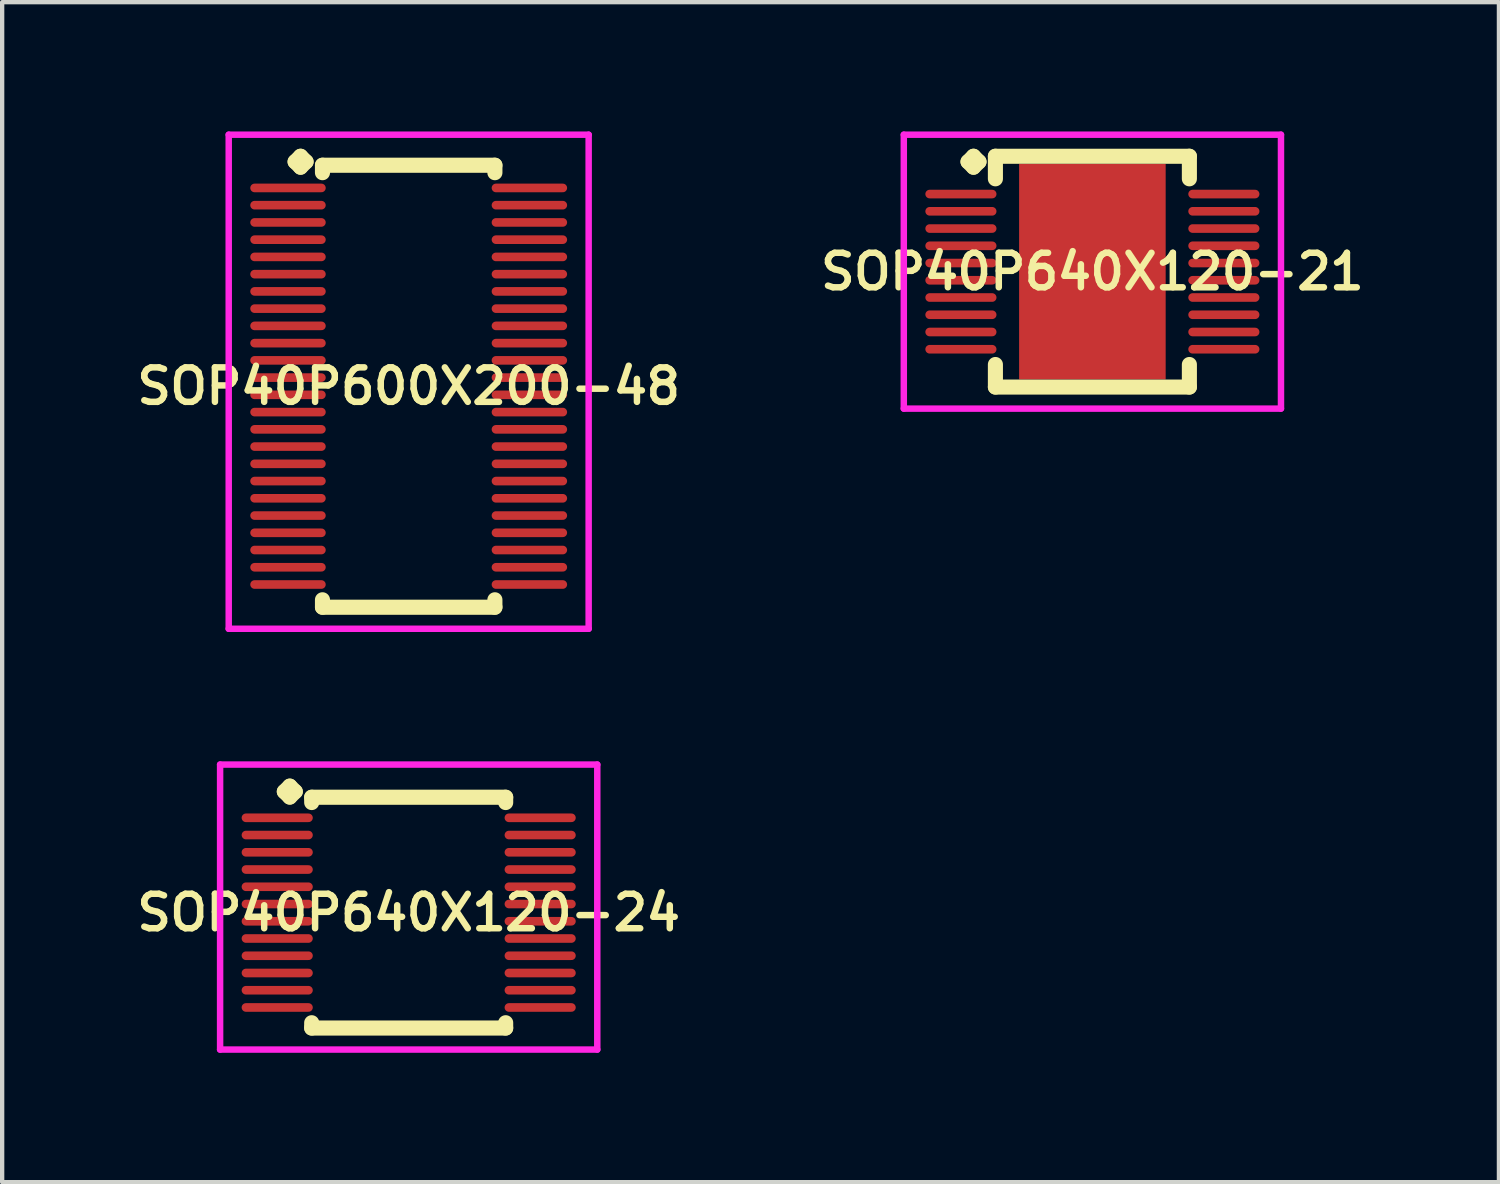
<source format=kicad_pcb>
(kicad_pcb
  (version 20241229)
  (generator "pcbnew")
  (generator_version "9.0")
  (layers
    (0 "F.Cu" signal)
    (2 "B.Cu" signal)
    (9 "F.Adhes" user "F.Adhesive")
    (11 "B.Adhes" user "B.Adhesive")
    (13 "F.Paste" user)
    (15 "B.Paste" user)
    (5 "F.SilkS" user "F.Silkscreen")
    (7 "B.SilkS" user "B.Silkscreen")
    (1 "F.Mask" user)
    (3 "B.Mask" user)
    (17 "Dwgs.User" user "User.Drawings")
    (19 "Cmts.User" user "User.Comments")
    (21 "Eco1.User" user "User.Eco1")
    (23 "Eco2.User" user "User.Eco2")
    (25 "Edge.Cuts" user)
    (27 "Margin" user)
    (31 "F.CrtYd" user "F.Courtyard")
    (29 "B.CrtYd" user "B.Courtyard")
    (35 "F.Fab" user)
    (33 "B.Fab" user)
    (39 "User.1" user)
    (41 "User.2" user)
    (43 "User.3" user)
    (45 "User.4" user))
  (footprint "SOP40P640X120-21"
    (layer "F.Cu")
    (at 22.292 3.252)
    (property "Reference" "SOP40P640X120-21" (at 0 0 0) (layer "F.SilkS") (effects (font (size 0.8 0.8) (thickness 0.15))))
    (attr smd)
    (fp_line (start -2.885 -2.55) (end -2.758 -2.677) (stroke (width 0.35) (type solid)) (layer "F.SilkS"))
    (fp_line (start -2.758 -2.677) (end -2.631 -2.55) (stroke (width 0.35) (type solid)) (layer "F.SilkS"))
    (fp_line (start -2.758 -2.423) (end -2.885 -2.55) (stroke (width 0.35) (type solid)) (layer "F.SilkS"))
    (fp_line (start -2.631 -2.55) (end -2.758 -2.423) (stroke (width 0.35) (type solid)) (layer "F.SilkS"))
    (fp_line (start -2.25 -2.677) (end 2.25 -2.677) (stroke (width 0.35) (type solid)) (layer "F.SilkS"))
    (fp_line (start -2.25 -2.154) (end -2.25 -2.677) (stroke (width 0.35) (type solid)) (layer "F.SilkS"))
    (fp_line (start -2.25 2.154) (end -2.25 2.677) (stroke (width 0.35) (type solid)) (layer "F.SilkS"))
    (fp_line (start -2.25 2.677) (end 2.25 2.677) (stroke (width 0.35) (type solid)) (layer "F.SilkS"))
    (fp_line (start 2.25 -2.677) (end 2.25 -2.154) (stroke (width 0.35) (type solid)) (layer "F.SilkS"))
    (fp_line (start 2.25 2.677) (end 2.25 2.154) (stroke (width 0.35) (type solid)) (layer "F.SilkS"))
    (fp_line (start -4.375 -3.177) (end 4.375 -3.177) (stroke (width 0.15) (type solid)) (layer "F.CrtYd"))
    (fp_line (start -4.375 3.177) (end -4.375 -3.177) (stroke (width 0.15) (type solid)) (layer "F.CrtYd"))
    (fp_line (start 4.375 -3.177) (end 4.375 3.177) (stroke (width 0.15) (type solid)) (layer "F.CrtYd"))
    (fp_line (start 4.375 3.177) (end -4.375 3.177) (stroke (width 0.15) (type solid)) (layer "F.CrtYd"))
    (pad "1" smd oval (at -3.05 -1.8) (size 1.65 0.2) (layers "F.Cu" "F.Mask" "F.Paste"))
    (pad "2" smd oval (at -3.05 -1.4) (size 1.65 0.2) (layers "F.Cu" "F.Mask" "F.Paste"))
    (pad "3" smd oval (at -3.05 -1) (size 1.65 0.2) (layers "F.Cu" "F.Mask" "F.Paste"))
    (pad "4" smd oval (at -3.05 -0.6) (size 1.65 0.2) (layers "F.Cu" "F.Mask" "F.Paste"))
    (pad "5" smd oval (at -3.05 -0.2) (size 1.65 0.2) (layers "F.Cu" "F.Mask" "F.Paste"))
    (pad "6" smd oval (at -3.05 0.2) (size 1.65 0.2) (layers "F.Cu" "F.Mask" "F.Paste"))
    (pad "7" smd oval (at -3.05 0.6) (size 1.65 0.2) (layers "F.Cu" "F.Mask" "F.Paste"))
    (pad "8" smd oval (at -3.05 1) (size 1.65 0.2) (layers "F.Cu" "F.Mask" "F.Paste"))
    (pad "9" smd oval (at -3.05 1.4) (size 1.65 0.2) (layers "F.Cu" "F.Mask" "F.Paste"))
    (pad "10" smd oval (at -3.05 1.8) (size 1.65 0.2) (layers "F.Cu" "F.Mask" "F.Paste"))
    (pad "11" smd oval (at 3.05 1.8) (size 1.65 0.2) (layers "F.Cu" "F.Mask" "F.Paste"))
    (pad "12" smd oval (at 3.05 1.4) (size 1.65 0.2) (layers "F.Cu" "F.Mask" "F.Paste"))
    (pad "13" smd oval (at 3.05 1) (size 1.65 0.2) (layers "F.Cu" "F.Mask" "F.Paste"))
    (pad "14" smd oval (at 3.05 0.6) (size 1.65 0.2) (layers "F.Cu" "F.Mask" "F.Paste"))
    (pad "15" smd oval (at 3.05 0.2) (size 1.65 0.2) (layers "F.Cu" "F.Mask" "F.Paste"))
    (pad "16" smd oval (at 3.05 -0.2) (size 1.65 0.2) (layers "F.Cu" "F.Mask" "F.Paste"))
    (pad "17" smd oval (at 3.05 -0.6) (size 1.65 0.2) (layers "F.Cu" "F.Mask" "F.Paste"))
    (pad "18" smd oval (at 3.05 -1) (size 1.65 0.2) (layers "F.Cu" "F.Mask" "F.Paste"))
    (pad "19" smd oval (at 3.05 -1.4) (size 1.65 0.2) (layers "F.Cu" "F.Mask" "F.Paste"))
    (pad "20" smd oval (at 3.05 -1.8) (size 1.65 0.2) (layers "F.Cu" "F.Mask" "F.Paste"))
    (pad "21" smd rect (at 0 0) (size 3.4 5) (layers "F.Cu" "F.Mask" "F.Paste")))
  (footprint "SOP40P640X120-24"
    (layer "F.Cu")
    (at 6.431 18.122)
    (property "Reference" "SOP40P640X120-24" (at 0 0 0) (layer "F.SilkS") (effects (font (size 0.8 0.8) (thickness 0.15))))
    (attr smd)
    (fp_line (start -2.885 -2.808) (end -2.758 -2.935) (stroke (width 0.35) (type solid)) (layer "F.SilkS"))
    (fp_line (start -2.758 -2.935) (end -2.631 -2.808) (stroke (width 0.35) (type solid)) (layer "F.SilkS"))
    (fp_line (start -2.758 -2.681) (end -2.885 -2.808) (stroke (width 0.35) (type solid)) (layer "F.SilkS"))
    (fp_line (start -2.631 -2.808) (end -2.758 -2.681) (stroke (width 0.35) (type solid)) (layer "F.SilkS"))
    (fp_line (start -2.25 -2.677) (end 2.25 -2.677) (stroke (width 0.35) (type solid)) (layer "F.SilkS"))
    (fp_line (start -2.25 -2.554) (end -2.25 -2.677) (stroke (width 0.35) (type solid)) (layer "F.SilkS"))
    (fp_line (start -2.25 2.554) (end -2.25 2.677) (stroke (width 0.35) (type solid)) (layer "F.SilkS"))
    (fp_line (start -2.25 2.677) (end 2.25 2.677) (stroke (width 0.35) (type solid)) (layer "F.SilkS"))
    (fp_line (start 2.25 -2.677) (end 2.25 -2.554) (stroke (width 0.35) (type solid)) (layer "F.SilkS"))
    (fp_line (start 2.25 2.677) (end 2.25 2.554) (stroke (width 0.35) (type solid)) (layer "F.SilkS"))
    (fp_line (start -4.375 -3.435) (end 4.375 -3.435) (stroke (width 0.15) (type solid)) (layer "F.CrtYd"))
    (fp_line (start -4.375 3.177) (end -4.375 -3.435) (stroke (width 0.15) (type solid)) (layer "F.CrtYd"))
    (fp_line (start 4.375 -3.435) (end 4.375 3.177) (stroke (width 0.15) (type solid)) (layer "F.CrtYd"))
    (fp_line (start 4.375 3.177) (end -4.375 3.177) (stroke (width 0.15) (type solid)) (layer "F.CrtYd"))
    (pad "1" smd oval (at -3.05 -2.2) (size 1.65 0.2) (layers "F.Cu" "F.Mask" "F.Paste"))
    (pad "2" smd oval (at -3.05 -1.8) (size 1.65 0.2) (layers "F.Cu" "F.Mask" "F.Paste"))
    (pad "3" smd oval (at -3.05 -1.4) (size 1.65 0.2) (layers "F.Cu" "F.Mask" "F.Paste"))
    (pad "4" smd oval (at -3.05 -1) (size 1.65 0.2) (layers "F.Cu" "F.Mask" "F.Paste"))
    (pad "5" smd oval (at -3.05 -0.6) (size 1.65 0.2) (layers "F.Cu" "F.Mask" "F.Paste"))
    (pad "6" smd oval (at -3.05 -0.2) (size 1.65 0.2) (layers "F.Cu" "F.Mask" "F.Paste"))
    (pad "7" smd oval (at -3.05 0.2) (size 1.65 0.2) (layers "F.Cu" "F.Mask" "F.Paste"))
    (pad "8" smd oval (at -3.05 0.6) (size 1.65 0.2) (layers "F.Cu" "F.Mask" "F.Paste"))
    (pad "9" smd oval (at -3.05 1) (size 1.65 0.2) (layers "F.Cu" "F.Mask" "F.Paste"))
    (pad "10" smd oval (at -3.05 1.4) (size 1.65 0.2) (layers "F.Cu" "F.Mask" "F.Paste"))
    (pad "11" smd oval (at -3.05 1.8) (size 1.65 0.2) (layers "F.Cu" "F.Mask" "F.Paste"))
    (pad "12" smd oval (at -3.05 2.2) (size 1.65 0.2) (layers "F.Cu" "F.Mask" "F.Paste"))
    (pad "13" smd oval (at 3.05 2.2) (size 1.65 0.2) (layers "F.Cu" "F.Mask" "F.Paste"))
    (pad "14" smd oval (at 3.05 1.8) (size 1.65 0.2) (layers "F.Cu" "F.Mask" "F.Paste"))
    (pad "15" smd oval (at 3.05 1.4) (size 1.65 0.2) (layers "F.Cu" "F.Mask" "F.Paste"))
    (pad "16" smd oval (at 3.05 1) (size 1.65 0.2) (layers "F.Cu" "F.Mask" "F.Paste"))
    (pad "17" smd oval (at 3.05 0.6) (size 1.65 0.2) (layers "F.Cu" "F.Mask" "F.Paste"))
    (pad "18" smd oval (at 3.05 0.2) (size 1.65 0.2) (layers "F.Cu" "F.Mask" "F.Paste"))
    (pad "19" smd oval (at 3.05 -0.2) (size 1.65 0.2) (layers "F.Cu" "F.Mask" "F.Paste"))
    (pad "20" smd oval (at 3.05 -0.6) (size 1.65 0.2) (layers "F.Cu" "F.Mask" "F.Paste"))
    (pad "21" smd oval (at 3.05 -1) (size 1.65 0.2) (layers "F.Cu" "F.Mask" "F.Paste"))
    (pad "22" smd oval (at 3.05 -1.4) (size 1.65 0.2) (layers "F.Cu" "F.Mask" "F.Paste"))
    (pad "23" smd oval (at 3.05 -1.8) (size 1.65 0.2) (layers "F.Cu" "F.Mask" "F.Paste"))
    (pad "24" smd oval (at 3.05 -2.2) (size 1.65 0.2) (layers "F.Cu" "F.Mask" "F.Paste")))
  (footprint "SOP40P600X200-48"
    (layer "F.Cu")
    (at 6.431 5.91)
    (property "Reference" "SOP40P600X200-48" (at 0 0 0) (layer "F.SilkS") (effects (font (size 0.8 0.8) (thickness 0.15))))
    (attr smd)
    (fp_line (start -2.635 -5.208) (end -2.508 -5.335) (stroke (width 0.35) (type solid)) (layer "F.SilkS"))
    (fp_line (start -2.508 -5.335) (end -2.381 -5.208) (stroke (width 0.35) (type solid)) (layer "F.SilkS"))
    (fp_line (start -2.508 -5.081) (end -2.635 -5.208) (stroke (width 0.35) (type solid)) (layer "F.SilkS"))
    (fp_line (start -2.381 -5.208) (end -2.508 -5.081) (stroke (width 0.35) (type solid)) (layer "F.SilkS"))
    (fp_line (start -2 -5.127) (end 2 -5.127) (stroke (width 0.35) (type solid)) (layer "F.SilkS"))
    (fp_line (start -2 -4.954) (end -2 -5.127) (stroke (width 0.35) (type solid)) (layer "F.SilkS"))
    (fp_line (start -2 4.954) (end -2 5.127) (stroke (width 0.35) (type solid)) (layer "F.SilkS"))
    (fp_line (start -2 5.127) (end 2 5.127) (stroke (width 0.35) (type solid)) (layer "F.SilkS"))
    (fp_line (start 2 -5.127) (end 2 -4.954) (stroke (width 0.35) (type solid)) (layer "F.SilkS"))
    (fp_line (start 2 5.127) (end 2 4.954) (stroke (width 0.35) (type solid)) (layer "F.SilkS"))
    (fp_line (start -4.175 -5.835) (end 4.175 -5.835) (stroke (width 0.15) (type solid)) (layer "F.CrtYd"))
    (fp_line (start -4.175 5.627) (end -4.175 -5.835) (stroke (width 0.15) (type solid)) (layer "F.CrtYd"))
    (fp_line (start 4.175 -5.835) (end 4.175 5.627) (stroke (width 0.15) (type solid)) (layer "F.CrtYd"))
    (fp_line (start 4.175 5.627) (end -4.175 5.627) (stroke (width 0.15) (type solid)) (layer "F.CrtYd"))
    (pad "1" smd oval (at -2.8 -4.6) (size 1.75 0.2) (layers "F.Cu" "F.Mask" "F.Paste"))
    (pad "2" smd oval (at -2.8 -4.2) (size 1.75 0.2) (layers "F.Cu" "F.Mask" "F.Paste"))
    (pad "3" smd oval (at -2.8 -3.8) (size 1.75 0.2) (layers "F.Cu" "F.Mask" "F.Paste"))
    (pad "4" smd oval (at -2.8 -3.4) (size 1.75 0.2) (layers "F.Cu" "F.Mask" "F.Paste"))
    (pad "5" smd oval (at -2.8 -3) (size 1.75 0.2) (layers "F.Cu" "F.Mask" "F.Paste"))
    (pad "6" smd oval (at -2.8 -2.6) (size 1.75 0.2) (layers "F.Cu" "F.Mask" "F.Paste"))
    (pad "7" smd oval (at -2.8 -2.2) (size 1.75 0.2) (layers "F.Cu" "F.Mask" "F.Paste"))
    (pad "8" smd oval (at -2.8 -1.8) (size 1.75 0.2) (layers "F.Cu" "F.Mask" "F.Paste"))
    (pad "9" smd oval (at -2.8 -1.4) (size 1.75 0.2) (layers "F.Cu" "F.Mask" "F.Paste"))
    (pad "10" smd oval (at -2.8 -1) (size 1.75 0.2) (layers "F.Cu" "F.Mask" "F.Paste"))
    (pad "11" smd oval (at -2.8 -0.6) (size 1.75 0.2) (layers "F.Cu" "F.Mask" "F.Paste"))
    (pad "12" smd oval (at -2.8 -0.2) (size 1.75 0.2) (layers "F.Cu" "F.Mask" "F.Paste"))
    (pad "13" smd oval (at -2.8 0.2) (size 1.75 0.2) (layers "F.Cu" "F.Mask" "F.Paste"))
    (pad "14" smd oval (at -2.8 0.6) (size 1.75 0.2) (layers "F.Cu" "F.Mask" "F.Paste"))
    (pad "15" smd oval (at -2.8 1) (size 1.75 0.2) (layers "F.Cu" "F.Mask" "F.Paste"))
    (pad "16" smd oval (at -2.8 1.4) (size 1.75 0.2) (layers "F.Cu" "F.Mask" "F.Paste"))
    (pad "17" smd oval (at -2.8 1.8) (size 1.75 0.2) (layers "F.Cu" "F.Mask" "F.Paste"))
    (pad "18" smd oval (at -2.8 2.2) (size 1.75 0.2) (layers "F.Cu" "F.Mask" "F.Paste"))
    (pad "19" smd oval (at -2.8 2.6) (size 1.75 0.2) (layers "F.Cu" "F.Mask" "F.Paste"))
    (pad "20" smd oval (at -2.8 3) (size 1.75 0.2) (layers "F.Cu" "F.Mask" "F.Paste"))
    (pad "21" smd oval (at -2.8 3.4) (size 1.75 0.2) (layers "F.Cu" "F.Mask" "F.Paste"))
    (pad "22" smd oval (at -2.8 3.8) (size 1.75 0.2) (layers "F.Cu" "F.Mask" "F.Paste"))
    (pad "23" smd oval (at -2.8 4.2) (size 1.75 0.2) (layers "F.Cu" "F.Mask" "F.Paste"))
    (pad "24" smd oval (at -2.8 4.6) (size 1.75 0.2) (layers "F.Cu" "F.Mask" "F.Paste"))
    (pad "25" smd oval (at 2.8 4.6) (size 1.75 0.2) (layers "F.Cu" "F.Mask" "F.Paste"))
    (pad "26" smd oval (at 2.8 4.2) (size 1.75 0.2) (layers "F.Cu" "F.Mask" "F.Paste"))
    (pad "27" smd oval (at 2.8 3.8) (size 1.75 0.2) (layers "F.Cu" "F.Mask" "F.Paste"))
    (pad "28" smd oval (at 2.8 3.4) (size 1.75 0.2) (layers "F.Cu" "F.Mask" "F.Paste"))
    (pad "29" smd oval (at 2.8 3) (size 1.75 0.2) (layers "F.Cu" "F.Mask" "F.Paste"))
    (pad "30" smd oval (at 2.8 2.6) (size 1.75 0.2) (layers "F.Cu" "F.Mask" "F.Paste"))
    (pad "31" smd oval (at 2.8 2.2) (size 1.75 0.2) (layers "F.Cu" "F.Mask" "F.Paste"))
    (pad "32" smd oval (at 2.8 1.8) (size 1.75 0.2) (layers "F.Cu" "F.Mask" "F.Paste"))
    (pad "33" smd oval (at 2.8 1.4) (size 1.75 0.2) (layers "F.Cu" "F.Mask" "F.Paste"))
    (pad "34" smd oval (at 2.8 1) (size 1.75 0.2) (layers "F.Cu" "F.Mask" "F.Paste"))
    (pad "35" smd oval (at 2.8 0.6) (size 1.75 0.2) (layers "F.Cu" "F.Mask" "F.Paste"))
    (pad "36" smd oval (at 2.8 0.2) (size 1.75 0.2) (layers "F.Cu" "F.Mask" "F.Paste"))
    (pad "37" smd oval (at 2.8 -0.2) (size 1.75 0.2) (layers "F.Cu" "F.Mask" "F.Paste"))
    (pad "38" smd oval (at 2.8 -0.6) (size 1.75 0.2) (layers "F.Cu" "F.Mask" "F.Paste"))
    (pad "39" smd oval (at 2.8 -1) (size 1.75 0.2) (layers "F.Cu" "F.Mask" "F.Paste"))
    (pad "40" smd oval (at 2.8 -1.4) (size 1.75 0.2) (layers "F.Cu" "F.Mask" "F.Paste"))
    (pad "41" smd oval (at 2.8 -1.8) (size 1.75 0.2) (layers "F.Cu" "F.Mask" "F.Paste"))
    (pad "42" smd oval (at 2.8 -2.2) (size 1.75 0.2) (layers "F.Cu" "F.Mask" "F.Paste"))
    (pad "43" smd oval (at 2.8 -2.6) (size 1.75 0.2) (layers "F.Cu" "F.Mask" "F.Paste"))
    (pad "44" smd oval (at 2.8 -3) (size 1.75 0.2) (layers "F.Cu" "F.Mask" "F.Paste"))
    (pad "45" smd oval (at 2.8 -3.4) (size 1.75 0.2) (layers "F.Cu" "F.Mask" "F.Paste"))
    (pad "46" smd oval (at 2.8 -3.8) (size 1.75 0.2) (layers "F.Cu" "F.Mask" "F.Paste"))
    (pad "47" smd oval (at 2.8 -4.2) (size 1.75 0.2) (layers "F.Cu" "F.Mask" "F.Paste"))
    (pad "48" smd oval (at 2.8 -4.6) (size 1.75 0.2) (layers "F.Cu" "F.Mask" "F.Paste")))
  (gr_rect
    (start -3 -3)
    (end 31.723 24.374)
    (stroke (width 0.1) (type default))
    (fill no)
    (layer "Edge.Cuts")))
</source>
